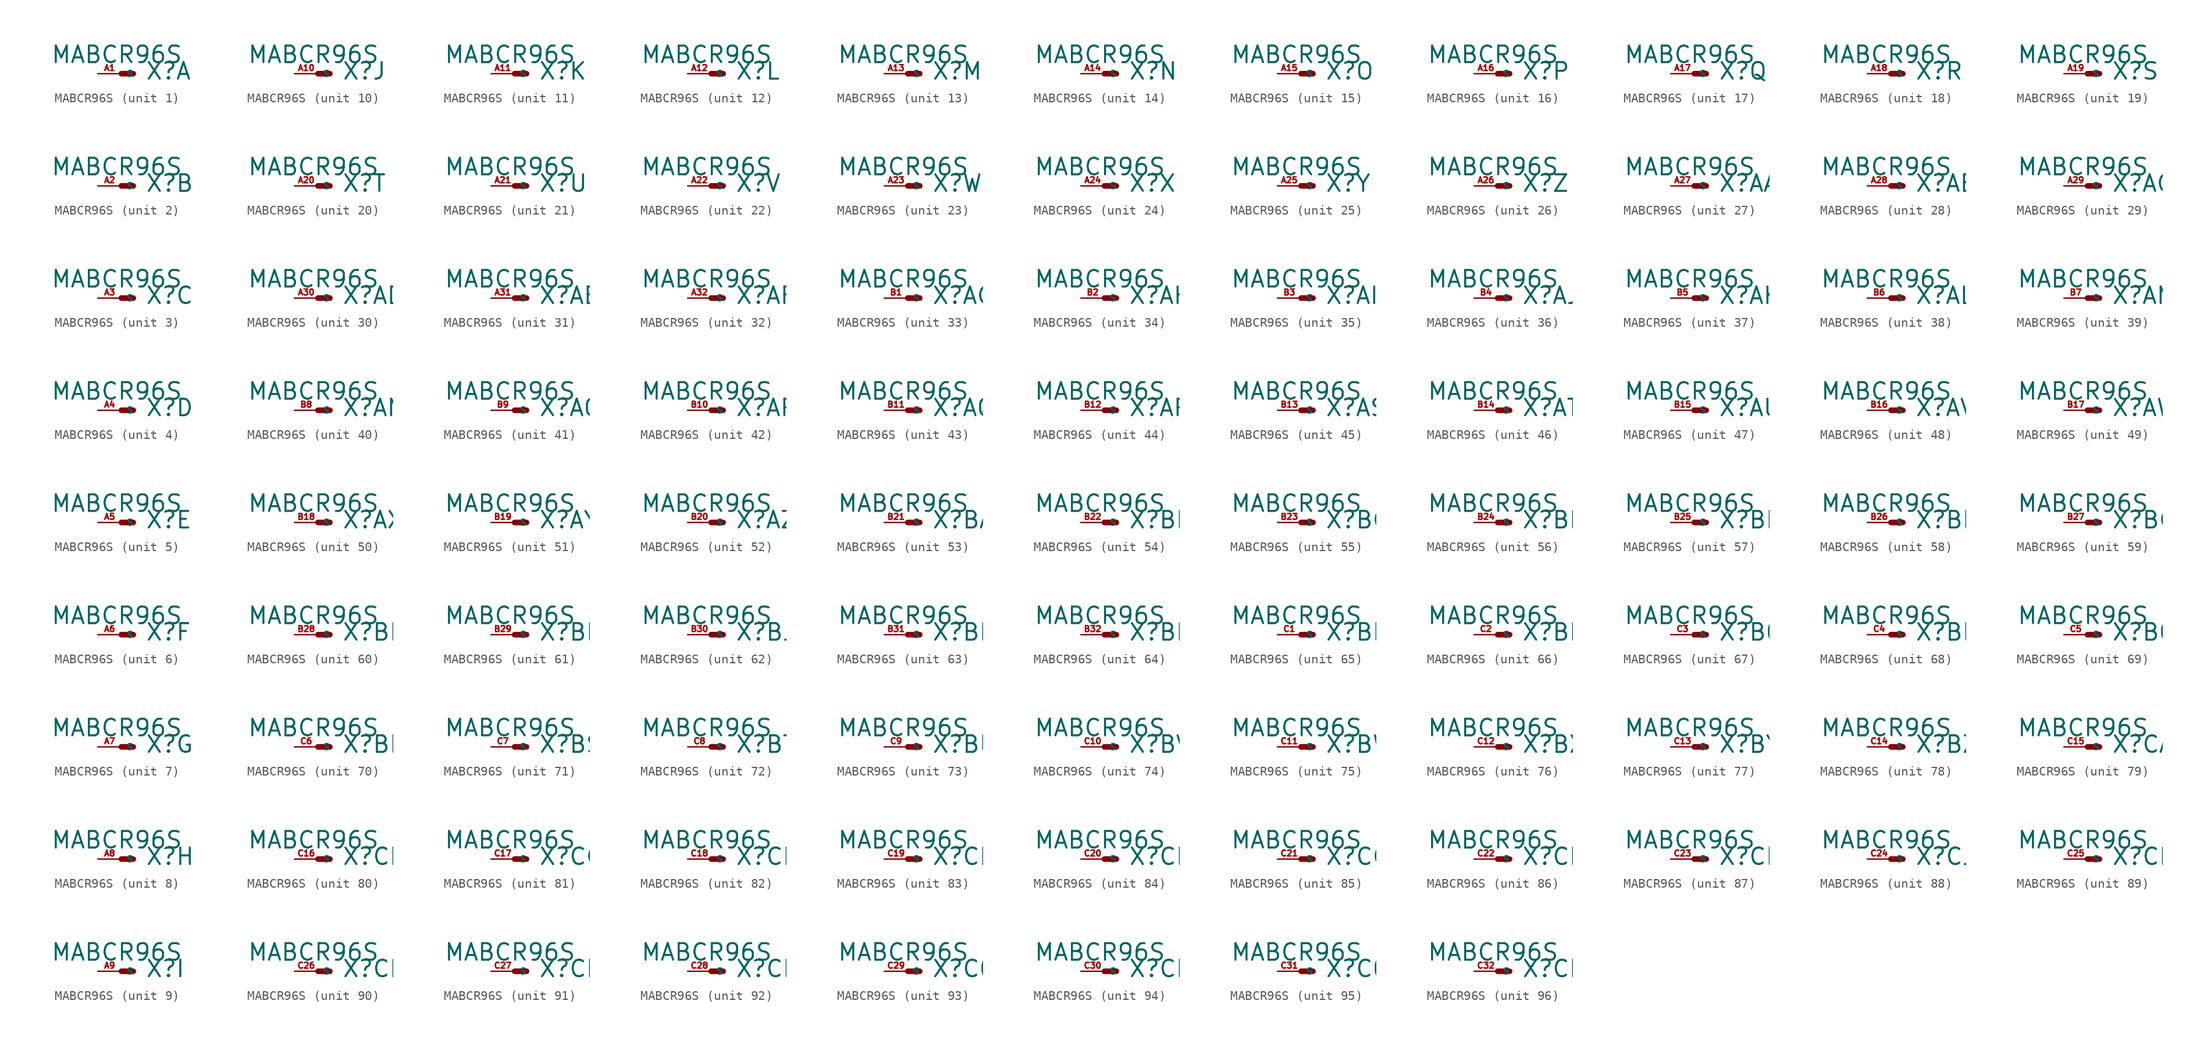
<source format=kicad_sym>
(kicad_symbol_lib
  (version 20220914)
  (generator Eagle2Kicad)
  (symbol "MABCR96S"
    (property "Reference" "X"
      (at 2.54 -0.762 0)
      (effects (font (size 1.778 1.778) (thickness 0.22)) (justify left bottom)))
    (property "Value" "MABCR96S"
      (at -7.62 1.016 0)
      (effects (font (size 1.778 1.778) (thickness 0.22)) (justify left bottom)))
    (symbol "MABCR96S_1_0"
      (polyline (pts (xy 0 0) (xy 1.27 0)) (stroke (width 0.61) (type default)) (fill (type none)))
      (pin passive line (at -2.54 0 0) (length 2.54) (name "S" (effects (font (size 0.635 0.635) (thickness 0.08)) (justify left bottom))) (number "A1" (effects (font (size 0.635 0.635) (thickness 0.08)) (justify left bottom)))))
    (symbol "MABCR96S_2_0"
      (polyline (pts (xy 0 0) (xy 1.27 0)) (stroke (width 0.61) (type default)) (fill (type none)))
      (pin passive line (at -2.54 0 0) (length 2.54) (name "S" (effects (font (size 0.635 0.635) (thickness 0.08)) (justify left bottom))) (number "A2" (effects (font (size 0.635 0.635) (thickness 0.08)) (justify left bottom)))))
    (symbol "MABCR96S_3_0"
      (polyline (pts (xy 0 0) (xy 1.27 0)) (stroke (width 0.61) (type default)) (fill (type none)))
      (pin passive line (at -2.54 0 0) (length 2.54) (name "S" (effects (font (size 0.635 0.635) (thickness 0.08)) (justify left bottom))) (number "A3" (effects (font (size 0.635 0.635) (thickness 0.08)) (justify left bottom)))))
    (symbol "MABCR96S_4_0"
      (polyline (pts (xy 0 0) (xy 1.27 0)) (stroke (width 0.61) (type default)) (fill (type none)))
      (pin passive line (at -2.54 0 0) (length 2.54) (name "S" (effects (font (size 0.635 0.635) (thickness 0.08)) (justify left bottom))) (number "A4" (effects (font (size 0.635 0.635) (thickness 0.08)) (justify left bottom)))))
    (symbol "MABCR96S_5_0"
      (polyline (pts (xy 0 0) (xy 1.27 0)) (stroke (width 0.61) (type default)) (fill (type none)))
      (pin passive line (at -2.54 0 0) (length 2.54) (name "S" (effects (font (size 0.635 0.635) (thickness 0.08)) (justify left bottom))) (number "A5" (effects (font (size 0.635 0.635) (thickness 0.08)) (justify left bottom)))))
    (symbol "MABCR96S_6_0"
      (polyline (pts (xy 0 0) (xy 1.27 0)) (stroke (width 0.61) (type default)) (fill (type none)))
      (pin passive line (at -2.54 0 0) (length 2.54) (name "S" (effects (font (size 0.635 0.635) (thickness 0.08)) (justify left bottom))) (number "A6" (effects (font (size 0.635 0.635) (thickness 0.08)) (justify left bottom)))))
    (symbol "MABCR96S_7_0"
      (polyline (pts (xy 0 0) (xy 1.27 0)) (stroke (width 0.61) (type default)) (fill (type none)))
      (pin passive line (at -2.54 0 0) (length 2.54) (name "S" (effects (font (size 0.635 0.635) (thickness 0.08)) (justify left bottom))) (number "A7" (effects (font (size 0.635 0.635) (thickness 0.08)) (justify left bottom)))))
    (symbol "MABCR96S_8_0"
      (polyline (pts (xy 0 0) (xy 1.27 0)) (stroke (width 0.61) (type default)) (fill (type none)))
      (pin passive line (at -2.54 0 0) (length 2.54) (name "S" (effects (font (size 0.635 0.635) (thickness 0.08)) (justify left bottom))) (number "A8" (effects (font (size 0.635 0.635) (thickness 0.08)) (justify left bottom)))))
    (symbol "MABCR96S_9_0"
      (polyline (pts (xy 0 0) (xy 1.27 0)) (stroke (width 0.61) (type default)) (fill (type none)))
      (pin passive line (at -2.54 0 0) (length 2.54) (name "S" (effects (font (size 0.635 0.635) (thickness 0.08)) (justify left bottom))) (number "A9" (effects (font (size 0.635 0.635) (thickness 0.08)) (justify left bottom)))))
    (symbol "MABCR96S_10_0"
      (polyline (pts (xy 0 0) (xy 1.27 0)) (stroke (width 0.61) (type default)) (fill (type none)))
      (pin passive line (at -2.54 0 0) (length 2.54) (name "S" (effects (font (size 0.635 0.635) (thickness 0.08)) (justify left bottom))) (number "A10" (effects (font (size 0.635 0.635) (thickness 0.08)) (justify left bottom)))))
    (symbol "MABCR96S_11_0"
      (polyline (pts (xy 0 0) (xy 1.27 0)) (stroke (width 0.61) (type default)) (fill (type none)))
      (pin passive line (at -2.54 0 0) (length 2.54) (name "S" (effects (font (size 0.635 0.635) (thickness 0.08)) (justify left bottom))) (number "A11" (effects (font (size 0.635 0.635) (thickness 0.08)) (justify left bottom)))))
    (symbol "MABCR96S_12_0"
      (polyline (pts (xy 0 0) (xy 1.27 0)) (stroke (width 0.61) (type default)) (fill (type none)))
      (pin passive line (at -2.54 0 0) (length 2.54) (name "S" (effects (font (size 0.635 0.635) (thickness 0.08)) (justify left bottom))) (number "A12" (effects (font (size 0.635 0.635) (thickness 0.08)) (justify left bottom)))))
    (symbol "MABCR96S_13_0"
      (polyline (pts (xy 0 0) (xy 1.27 0)) (stroke (width 0.61) (type default)) (fill (type none)))
      (pin passive line (at -2.54 0 0) (length 2.54) (name "S" (effects (font (size 0.635 0.635) (thickness 0.08)) (justify left bottom))) (number "A13" (effects (font (size 0.635 0.635) (thickness 0.08)) (justify left bottom)))))
    (symbol "MABCR96S_14_0"
      (polyline (pts (xy 0 0) (xy 1.27 0)) (stroke (width 0.61) (type default)) (fill (type none)))
      (pin passive line (at -2.54 0 0) (length 2.54) (name "S" (effects (font (size 0.635 0.635) (thickness 0.08)) (justify left bottom))) (number "A14" (effects (font (size 0.635 0.635) (thickness 0.08)) (justify left bottom)))))
    (symbol "MABCR96S_15_0"
      (polyline (pts (xy 0 0) (xy 1.27 0)) (stroke (width 0.61) (type default)) (fill (type none)))
      (pin passive line (at -2.54 0 0) (length 2.54) (name "S" (effects (font (size 0.635 0.635) (thickness 0.08)) (justify left bottom))) (number "A15" (effects (font (size 0.635 0.635) (thickness 0.08)) (justify left bottom)))))
    (symbol "MABCR96S_16_0"
      (polyline (pts (xy 0 0) (xy 1.27 0)) (stroke (width 0.61) (type default)) (fill (type none)))
      (pin passive line (at -2.54 0 0) (length 2.54) (name "S" (effects (font (size 0.635 0.635) (thickness 0.08)) (justify left bottom))) (number "A16" (effects (font (size 0.635 0.635) (thickness 0.08)) (justify left bottom)))))
    (symbol "MABCR96S_17_0"
      (polyline (pts (xy 0 0) (xy 1.27 0)) (stroke (width 0.61) (type default)) (fill (type none)))
      (pin passive line (at -2.54 0 0) (length 2.54) (name "S" (effects (font (size 0.635 0.635) (thickness 0.08)) (justify left bottom))) (number "A17" (effects (font (size 0.635 0.635) (thickness 0.08)) (justify left bottom)))))
    (symbol "MABCR96S_18_0"
      (polyline (pts (xy 0 0) (xy 1.27 0)) (stroke (width 0.61) (type default)) (fill (type none)))
      (pin passive line (at -2.54 0 0) (length 2.54) (name "S" (effects (font (size 0.635 0.635) (thickness 0.08)) (justify left bottom))) (number "A18" (effects (font (size 0.635 0.635) (thickness 0.08)) (justify left bottom)))))
    (symbol "MABCR96S_19_0"
      (polyline (pts (xy 0 0) (xy 1.27 0)) (stroke (width 0.61) (type default)) (fill (type none)))
      (pin passive line (at -2.54 0 0) (length 2.54) (name "S" (effects (font (size 0.635 0.635) (thickness 0.08)) (justify left bottom))) (number "A19" (effects (font (size 0.635 0.635) (thickness 0.08)) (justify left bottom)))))
    (symbol "MABCR96S_20_0"
      (polyline (pts (xy 0 0) (xy 1.27 0)) (stroke (width 0.61) (type default)) (fill (type none)))
      (pin passive line (at -2.54 0 0) (length 2.54) (name "S" (effects (font (size 0.635 0.635) (thickness 0.08)) (justify left bottom))) (number "A20" (effects (font (size 0.635 0.635) (thickness 0.08)) (justify left bottom)))))
    (symbol "MABCR96S_21_0"
      (polyline (pts (xy 0 0) (xy 1.27 0)) (stroke (width 0.61) (type default)) (fill (type none)))
      (pin passive line (at -2.54 0 0) (length 2.54) (name "S" (effects (font (size 0.635 0.635) (thickness 0.08)) (justify left bottom))) (number "A21" (effects (font (size 0.635 0.635) (thickness 0.08)) (justify left bottom)))))
    (symbol "MABCR96S_22_0"
      (polyline (pts (xy 0 0) (xy 1.27 0)) (stroke (width 0.61) (type default)) (fill (type none)))
      (pin passive line (at -2.54 0 0) (length 2.54) (name "S" (effects (font (size 0.635 0.635) (thickness 0.08)) (justify left bottom))) (number "A22" (effects (font (size 0.635 0.635) (thickness 0.08)) (justify left bottom)))))
    (symbol "MABCR96S_23_0"
      (polyline (pts (xy 0 0) (xy 1.27 0)) (stroke (width 0.61) (type default)) (fill (type none)))
      (pin passive line (at -2.54 0 0) (length 2.54) (name "S" (effects (font (size 0.635 0.635) (thickness 0.08)) (justify left bottom))) (number "A23" (effects (font (size 0.635 0.635) (thickness 0.08)) (justify left bottom)))))
    (symbol "MABCR96S_24_0"
      (polyline (pts (xy 0 0) (xy 1.27 0)) (stroke (width 0.61) (type default)) (fill (type none)))
      (pin passive line (at -2.54 0 0) (length 2.54) (name "S" (effects (font (size 0.635 0.635) (thickness 0.08)) (justify left bottom))) (number "A24" (effects (font (size 0.635 0.635) (thickness 0.08)) (justify left bottom)))))
    (symbol "MABCR96S_25_0"
      (polyline (pts (xy 0 0) (xy 1.27 0)) (stroke (width 0.61) (type default)) (fill (type none)))
      (pin passive line (at -2.54 0 0) (length 2.54) (name "S" (effects (font (size 0.635 0.635) (thickness 0.08)) (justify left bottom))) (number "A25" (effects (font (size 0.635 0.635) (thickness 0.08)) (justify left bottom)))))
    (symbol "MABCR96S_26_0"
      (polyline (pts (xy 0 0) (xy 1.27 0)) (stroke (width 0.61) (type default)) (fill (type none)))
      (pin passive line (at -2.54 0 0) (length 2.54) (name "S" (effects (font (size 0.635 0.635) (thickness 0.08)) (justify left bottom))) (number "A26" (effects (font (size 0.635 0.635) (thickness 0.08)) (justify left bottom)))))
    (symbol "MABCR96S_27_0"
      (polyline (pts (xy 0 0) (xy 1.27 0)) (stroke (width 0.61) (type default)) (fill (type none)))
      (pin passive line (at -2.54 0 0) (length 2.54) (name "S" (effects (font (size 0.635 0.635) (thickness 0.08)) (justify left bottom))) (number "A27" (effects (font (size 0.635 0.635) (thickness 0.08)) (justify left bottom)))))
    (symbol "MABCR96S_28_0"
      (polyline (pts (xy 0 0) (xy 1.27 0)) (stroke (width 0.61) (type default)) (fill (type none)))
      (pin passive line (at -2.54 0 0) (length 2.54) (name "S" (effects (font (size 0.635 0.635) (thickness 0.08)) (justify left bottom))) (number "A28" (effects (font (size 0.635 0.635) (thickness 0.08)) (justify left bottom)))))
    (symbol "MABCR96S_29_0"
      (polyline (pts (xy 0 0) (xy 1.27 0)) (stroke (width 0.61) (type default)) (fill (type none)))
      (pin passive line (at -2.54 0 0) (length 2.54) (name "S" (effects (font (size 0.635 0.635) (thickness 0.08)) (justify left bottom))) (number "A29" (effects (font (size 0.635 0.635) (thickness 0.08)) (justify left bottom)))))
    (symbol "MABCR96S_30_0"
      (polyline (pts (xy 0 0) (xy 1.27 0)) (stroke (width 0.61) (type default)) (fill (type none)))
      (pin passive line (at -2.54 0 0) (length 2.54) (name "S" (effects (font (size 0.635 0.635) (thickness 0.08)) (justify left bottom))) (number "A30" (effects (font (size 0.635 0.635) (thickness 0.08)) (justify left bottom)))))
    (symbol "MABCR96S_31_0"
      (polyline (pts (xy 0 0) (xy 1.27 0)) (stroke (width 0.61) (type default)) (fill (type none)))
      (pin passive line (at -2.54 0 0) (length 2.54) (name "S" (effects (font (size 0.635 0.635) (thickness 0.08)) (justify left bottom))) (number "A31" (effects (font (size 0.635 0.635) (thickness 0.08)) (justify left bottom)))))
    (symbol "MABCR96S_32_0"
      (polyline (pts (xy 0 0) (xy 1.27 0)) (stroke (width 0.61) (type default)) (fill (type none)))
      (pin passive line (at -2.54 0 0) (length 2.54) (name "S" (effects (font (size 0.635 0.635) (thickness 0.08)) (justify left bottom))) (number "A32" (effects (font (size 0.635 0.635) (thickness 0.08)) (justify left bottom)))))
    (symbol "MABCR96S_33_0"
      (polyline (pts (xy 0 0) (xy 1.27 0)) (stroke (width 0.61) (type default)) (fill (type none)))
      (pin passive line (at -2.54 0 0) (length 2.54) (name "S" (effects (font (size 0.635 0.635) (thickness 0.08)) (justify left bottom))) (number "B1" (effects (font (size 0.635 0.635) (thickness 0.08)) (justify left bottom)))))
    (symbol "MABCR96S_34_0"
      (polyline (pts (xy 0 0) (xy 1.27 0)) (stroke (width 0.61) (type default)) (fill (type none)))
      (pin passive line (at -2.54 0 0) (length 2.54) (name "S" (effects (font (size 0.635 0.635) (thickness 0.08)) (justify left bottom))) (number "B2" (effects (font (size 0.635 0.635) (thickness 0.08)) (justify left bottom)))))
    (symbol "MABCR96S_35_0"
      (polyline (pts (xy 0 0) (xy 1.27 0)) (stroke (width 0.61) (type default)) (fill (type none)))
      (pin passive line (at -2.54 0 0) (length 2.54) (name "S" (effects (font (size 0.635 0.635) (thickness 0.08)) (justify left bottom))) (number "B3" (effects (font (size 0.635 0.635) (thickness 0.08)) (justify left bottom)))))
    (symbol "MABCR96S_36_0"
      (polyline (pts (xy 0 0) (xy 1.27 0)) (stroke (width 0.61) (type default)) (fill (type none)))
      (pin passive line (at -2.54 0 0) (length 2.54) (name "S" (effects (font (size 0.635 0.635) (thickness 0.08)) (justify left bottom))) (number "B4" (effects (font (size 0.635 0.635) (thickness 0.08)) (justify left bottom)))))
    (symbol "MABCR96S_37_0"
      (polyline (pts (xy 0 0) (xy 1.27 0)) (stroke (width 0.61) (type default)) (fill (type none)))
      (pin passive line (at -2.54 0 0) (length 2.54) (name "S" (effects (font (size 0.635 0.635) (thickness 0.08)) (justify left bottom))) (number "B5" (effects (font (size 0.635 0.635) (thickness 0.08)) (justify left bottom)))))
    (symbol "MABCR96S_38_0"
      (polyline (pts (xy 0 0) (xy 1.27 0)) (stroke (width 0.61) (type default)) (fill (type none)))
      (pin passive line (at -2.54 0 0) (length 2.54) (name "S" (effects (font (size 0.635 0.635) (thickness 0.08)) (justify left bottom))) (number "B6" (effects (font (size 0.635 0.635) (thickness 0.08)) (justify left bottom)))))
    (symbol "MABCR96S_39_0"
      (polyline (pts (xy 0 0) (xy 1.27 0)) (stroke (width 0.61) (type default)) (fill (type none)))
      (pin passive line (at -2.54 0 0) (length 2.54) (name "S" (effects (font (size 0.635 0.635) (thickness 0.08)) (justify left bottom))) (number "B7" (effects (font (size 0.635 0.635) (thickness 0.08)) (justify left bottom)))))
    (symbol "MABCR96S_40_0"
      (polyline (pts (xy 0 0) (xy 1.27 0)) (stroke (width 0.61) (type default)) (fill (type none)))
      (pin passive line (at -2.54 0 0) (length 2.54) (name "S" (effects (font (size 0.635 0.635) (thickness 0.08)) (justify left bottom))) (number "B8" (effects (font (size 0.635 0.635) (thickness 0.08)) (justify left bottom)))))
    (symbol "MABCR96S_41_0"
      (polyline (pts (xy 0 0) (xy 1.27 0)) (stroke (width 0.61) (type default)) (fill (type none)))
      (pin passive line (at -2.54 0 0) (length 2.54) (name "S" (effects (font (size 0.635 0.635) (thickness 0.08)) (justify left bottom))) (number "B9" (effects (font (size 0.635 0.635) (thickness 0.08)) (justify left bottom)))))
    (symbol "MABCR96S_42_0"
      (polyline (pts (xy 0 0) (xy 1.27 0)) (stroke (width 0.61) (type default)) (fill (type none)))
      (pin passive line (at -2.54 0 0) (length 2.54) (name "S" (effects (font (size 0.635 0.635) (thickness 0.08)) (justify left bottom))) (number "B10" (effects (font (size 0.635 0.635) (thickness 0.08)) (justify left bottom)))))
    (symbol "MABCR96S_43_0"
      (polyline (pts (xy 0 0) (xy 1.27 0)) (stroke (width 0.61) (type default)) (fill (type none)))
      (pin passive line (at -2.54 0 0) (length 2.54) (name "S" (effects (font (size 0.635 0.635) (thickness 0.08)) (justify left bottom))) (number "B11" (effects (font (size 0.635 0.635) (thickness 0.08)) (justify left bottom)))))
    (symbol "MABCR96S_44_0"
      (polyline (pts (xy 0 0) (xy 1.27 0)) (stroke (width 0.61) (type default)) (fill (type none)))
      (pin passive line (at -2.54 0 0) (length 2.54) (name "S" (effects (font (size 0.635 0.635) (thickness 0.08)) (justify left bottom))) (number "B12" (effects (font (size 0.635 0.635) (thickness 0.08)) (justify left bottom)))))
    (symbol "MABCR96S_45_0"
      (polyline (pts (xy 0 0) (xy 1.27 0)) (stroke (width 0.61) (type default)) (fill (type none)))
      (pin passive line (at -2.54 0 0) (length 2.54) (name "S" (effects (font (size 0.635 0.635) (thickness 0.08)) (justify left bottom))) (number "B13" (effects (font (size 0.635 0.635) (thickness 0.08)) (justify left bottom)))))
    (symbol "MABCR96S_46_0"
      (polyline (pts (xy 0 0) (xy 1.27 0)) (stroke (width 0.61) (type default)) (fill (type none)))
      (pin passive line (at -2.54 0 0) (length 2.54) (name "S" (effects (font (size 0.635 0.635) (thickness 0.08)) (justify left bottom))) (number "B14" (effects (font (size 0.635 0.635) (thickness 0.08)) (justify left bottom)))))
    (symbol "MABCR96S_47_0"
      (polyline (pts (xy 0 0) (xy 1.27 0)) (stroke (width 0.61) (type default)) (fill (type none)))
      (pin passive line (at -2.54 0 0) (length 2.54) (name "S" (effects (font (size 0.635 0.635) (thickness 0.08)) (justify left bottom))) (number "B15" (effects (font (size 0.635 0.635) (thickness 0.08)) (justify left bottom)))))
    (symbol "MABCR96S_48_0"
      (polyline (pts (xy 0 0) (xy 1.27 0)) (stroke (width 0.61) (type default)) (fill (type none)))
      (pin passive line (at -2.54 0 0) (length 2.54) (name "S" (effects (font (size 0.635 0.635) (thickness 0.08)) (justify left bottom))) (number "B16" (effects (font (size 0.635 0.635) (thickness 0.08)) (justify left bottom)))))
    (symbol "MABCR96S_49_0"
      (polyline (pts (xy 0 0) (xy 1.27 0)) (stroke (width 0.61) (type default)) (fill (type none)))
      (pin passive line (at -2.54 0 0) (length 2.54) (name "S" (effects (font (size 0.635 0.635) (thickness 0.08)) (justify left bottom))) (number "B17" (effects (font (size 0.635 0.635) (thickness 0.08)) (justify left bottom)))))
    (symbol "MABCR96S_50_0"
      (polyline (pts (xy 0 0) (xy 1.27 0)) (stroke (width 0.61) (type default)) (fill (type none)))
      (pin passive line (at -2.54 0 0) (length 2.54) (name "S" (effects (font (size 0.635 0.635) (thickness 0.08)) (justify left bottom))) (number "B18" (effects (font (size 0.635 0.635) (thickness 0.08)) (justify left bottom)))))
    (symbol "MABCR96S_51_0"
      (polyline (pts (xy 0 0) (xy 1.27 0)) (stroke (width 0.61) (type default)) (fill (type none)))
      (pin passive line (at -2.54 0 0) (length 2.54) (name "S" (effects (font (size 0.635 0.635) (thickness 0.08)) (justify left bottom))) (number "B19" (effects (font (size 0.635 0.635) (thickness 0.08)) (justify left bottom)))))
    (symbol "MABCR96S_52_0"
      (polyline (pts (xy 0 0) (xy 1.27 0)) (stroke (width 0.61) (type default)) (fill (type none)))
      (pin passive line (at -2.54 0 0) (length 2.54) (name "S" (effects (font (size 0.635 0.635) (thickness 0.08)) (justify left bottom))) (number "B20" (effects (font (size 0.635 0.635) (thickness 0.08)) (justify left bottom)))))
    (symbol "MABCR96S_53_0"
      (polyline (pts (xy 0 0) (xy 1.27 0)) (stroke (width 0.61) (type default)) (fill (type none)))
      (pin passive line (at -2.54 0 0) (length 2.54) (name "S" (effects (font (size 0.635 0.635) (thickness 0.08)) (justify left bottom))) (number "B21" (effects (font (size 0.635 0.635) (thickness 0.08)) (justify left bottom)))))
    (symbol "MABCR96S_54_0"
      (polyline (pts (xy 0 0) (xy 1.27 0)) (stroke (width 0.61) (type default)) (fill (type none)))
      (pin passive line (at -2.54 0 0) (length 2.54) (name "S" (effects (font (size 0.635 0.635) (thickness 0.08)) (justify left bottom))) (number "B22" (effects (font (size 0.635 0.635) (thickness 0.08)) (justify left bottom)))))
    (symbol "MABCR96S_55_0"
      (polyline (pts (xy 0 0) (xy 1.27 0)) (stroke (width 0.61) (type default)) (fill (type none)))
      (pin passive line (at -2.54 0 0) (length 2.54) (name "S" (effects (font (size 0.635 0.635) (thickness 0.08)) (justify left bottom))) (number "B23" (effects (font (size 0.635 0.635) (thickness 0.08)) (justify left bottom)))))
    (symbol "MABCR96S_56_0"
      (polyline (pts (xy 0 0) (xy 1.27 0)) (stroke (width 0.61) (type default)) (fill (type none)))
      (pin passive line (at -2.54 0 0) (length 2.54) (name "S" (effects (font (size 0.635 0.635) (thickness 0.08)) (justify left bottom))) (number "B24" (effects (font (size 0.635 0.635) (thickness 0.08)) (justify left bottom)))))
    (symbol "MABCR96S_57_0"
      (polyline (pts (xy 0 0) (xy 1.27 0)) (stroke (width 0.61) (type default)) (fill (type none)))
      (pin passive line (at -2.54 0 0) (length 2.54) (name "S" (effects (font (size 0.635 0.635) (thickness 0.08)) (justify left bottom))) (number "B25" (effects (font (size 0.635 0.635) (thickness 0.08)) (justify left bottom)))))
    (symbol "MABCR96S_58_0"
      (polyline (pts (xy 0 0) (xy 1.27 0)) (stroke (width 0.61) (type default)) (fill (type none)))
      (pin passive line (at -2.54 0 0) (length 2.54) (name "S" (effects (font (size 0.635 0.635) (thickness 0.08)) (justify left bottom))) (number "B26" (effects (font (size 0.635 0.635) (thickness 0.08)) (justify left bottom)))))
    (symbol "MABCR96S_59_0"
      (polyline (pts (xy 0 0) (xy 1.27 0)) (stroke (width 0.61) (type default)) (fill (type none)))
      (pin passive line (at -2.54 0 0) (length 2.54) (name "S" (effects (font (size 0.635 0.635) (thickness 0.08)) (justify left bottom))) (number "B27" (effects (font (size 0.635 0.635) (thickness 0.08)) (justify left bottom)))))
    (symbol "MABCR96S_60_0"
      (polyline (pts (xy 0 0) (xy 1.27 0)) (stroke (width 0.61) (type default)) (fill (type none)))
      (pin passive line (at -2.54 0 0) (length 2.54) (name "S" (effects (font (size 0.635 0.635) (thickness 0.08)) (justify left bottom))) (number "B28" (effects (font (size 0.635 0.635) (thickness 0.08)) (justify left bottom)))))
    (symbol "MABCR96S_61_0"
      (polyline (pts (xy 0 0) (xy 1.27 0)) (stroke (width 0.61) (type default)) (fill (type none)))
      (pin passive line (at -2.54 0 0) (length 2.54) (name "S" (effects (font (size 0.635 0.635) (thickness 0.08)) (justify left bottom))) (number "B29" (effects (font (size 0.635 0.635) (thickness 0.08)) (justify left bottom)))))
    (symbol "MABCR96S_62_0"
      (polyline (pts (xy 0 0) (xy 1.27 0)) (stroke (width 0.61) (type default)) (fill (type none)))
      (pin passive line (at -2.54 0 0) (length 2.54) (name "S" (effects (font (size 0.635 0.635) (thickness 0.08)) (justify left bottom))) (number "B30" (effects (font (size 0.635 0.635) (thickness 0.08)) (justify left bottom)))))
    (symbol "MABCR96S_63_0"
      (polyline (pts (xy 0 0) (xy 1.27 0)) (stroke (width 0.61) (type default)) (fill (type none)))
      (pin passive line (at -2.54 0 0) (length 2.54) (name "S" (effects (font (size 0.635 0.635) (thickness 0.08)) (justify left bottom))) (number "B31" (effects (font (size 0.635 0.635) (thickness 0.08)) (justify left bottom)))))
    (symbol "MABCR96S_64_0"
      (polyline (pts (xy 0 0) (xy 1.27 0)) (stroke (width 0.61) (type default)) (fill (type none)))
      (pin passive line (at -2.54 0 0) (length 2.54) (name "S" (effects (font (size 0.635 0.635) (thickness 0.08)) (justify left bottom))) (number "B32" (effects (font (size 0.635 0.635) (thickness 0.08)) (justify left bottom)))))
    (symbol "MABCR96S_65_0"
      (polyline (pts (xy 0 0) (xy 1.27 0)) (stroke (width 0.61) (type default)) (fill (type none)))
      (pin passive line (at -2.54 0 0) (length 2.54) (name "S" (effects (font (size 0.635 0.635) (thickness 0.08)) (justify left bottom))) (number "C1" (effects (font (size 0.635 0.635) (thickness 0.08)) (justify left bottom)))))
    (symbol "MABCR96S_66_0"
      (polyline (pts (xy 0 0) (xy 1.27 0)) (stroke (width 0.61) (type default)) (fill (type none)))
      (pin passive line (at -2.54 0 0) (length 2.54) (name "S" (effects (font (size 0.635 0.635) (thickness 0.08)) (justify left bottom))) (number "C2" (effects (font (size 0.635 0.635) (thickness 0.08)) (justify left bottom)))))
    (symbol "MABCR96S_67_0"
      (polyline (pts (xy 0 0) (xy 1.27 0)) (stroke (width 0.61) (type default)) (fill (type none)))
      (pin passive line (at -2.54 0 0) (length 2.54) (name "S" (effects (font (size 0.635 0.635) (thickness 0.08)) (justify left bottom))) (number "C3" (effects (font (size 0.635 0.635) (thickness 0.08)) (justify left bottom)))))
    (symbol "MABCR96S_68_0"
      (polyline (pts (xy 0 0) (xy 1.27 0)) (stroke (width 0.61) (type default)) (fill (type none)))
      (pin passive line (at -2.54 0 0) (length 2.54) (name "S" (effects (font (size 0.635 0.635) (thickness 0.08)) (justify left bottom))) (number "C4" (effects (font (size 0.635 0.635) (thickness 0.08)) (justify left bottom)))))
    (symbol "MABCR96S_69_0"
      (polyline (pts (xy 0 0) (xy 1.27 0)) (stroke (width 0.61) (type default)) (fill (type none)))
      (pin passive line (at -2.54 0 0) (length 2.54) (name "S" (effects (font (size 0.635 0.635) (thickness 0.08)) (justify left bottom))) (number "C5" (effects (font (size 0.635 0.635) (thickness 0.08)) (justify left bottom)))))
    (symbol "MABCR96S_70_0"
      (polyline (pts (xy 0 0) (xy 1.27 0)) (stroke (width 0.61) (type default)) (fill (type none)))
      (pin passive line (at -2.54 0 0) (length 2.54) (name "S" (effects (font (size 0.635 0.635) (thickness 0.08)) (justify left bottom))) (number "C6" (effects (font (size 0.635 0.635) (thickness 0.08)) (justify left bottom)))))
    (symbol "MABCR96S_71_0"
      (polyline (pts (xy 0 0) (xy 1.27 0)) (stroke (width 0.61) (type default)) (fill (type none)))
      (pin passive line (at -2.54 0 0) (length 2.54) (name "S" (effects (font (size 0.635 0.635) (thickness 0.08)) (justify left bottom))) (number "C7" (effects (font (size 0.635 0.635) (thickness 0.08)) (justify left bottom)))))
    (symbol "MABCR96S_72_0"
      (polyline (pts (xy 0 0) (xy 1.27 0)) (stroke (width 0.61) (type default)) (fill (type none)))
      (pin passive line (at -2.54 0 0) (length 2.54) (name "S" (effects (font (size 0.635 0.635) (thickness 0.08)) (justify left bottom))) (number "C8" (effects (font (size 0.635 0.635) (thickness 0.08)) (justify left bottom)))))
    (symbol "MABCR96S_73_0"
      (polyline (pts (xy 0 0) (xy 1.27 0)) (stroke (width 0.61) (type default)) (fill (type none)))
      (pin passive line (at -2.54 0 0) (length 2.54) (name "S" (effects (font (size 0.635 0.635) (thickness 0.08)) (justify left bottom))) (number "C9" (effects (font (size 0.635 0.635) (thickness 0.08)) (justify left bottom)))))
    (symbol "MABCR96S_74_0"
      (polyline (pts (xy 0 0) (xy 1.27 0)) (stroke (width 0.61) (type default)) (fill (type none)))
      (pin passive line (at -2.54 0 0) (length 2.54) (name "S" (effects (font (size 0.635 0.635) (thickness 0.08)) (justify left bottom))) (number "C10" (effects (font (size 0.635 0.635) (thickness 0.08)) (justify left bottom)))))
    (symbol "MABCR96S_75_0"
      (polyline (pts (xy 0 0) (xy 1.27 0)) (stroke (width 0.61) (type default)) (fill (type none)))
      (pin passive line (at -2.54 0 0) (length 2.54) (name "S" (effects (font (size 0.635 0.635) (thickness 0.08)) (justify left bottom))) (number "C11" (effects (font (size 0.635 0.635) (thickness 0.08)) (justify left bottom)))))
    (symbol "MABCR96S_76_0"
      (polyline (pts (xy 0 0) (xy 1.27 0)) (stroke (width 0.61) (type default)) (fill (type none)))
      (pin passive line (at -2.54 0 0) (length 2.54) (name "S" (effects (font (size 0.635 0.635) (thickness 0.08)) (justify left bottom))) (number "C12" (effects (font (size 0.635 0.635) (thickness 0.08)) (justify left bottom)))))
    (symbol "MABCR96S_77_0"
      (polyline (pts (xy 0 0) (xy 1.27 0)) (stroke (width 0.61) (type default)) (fill (type none)))
      (pin passive line (at -2.54 0 0) (length 2.54) (name "S" (effects (font (size 0.635 0.635) (thickness 0.08)) (justify left bottom))) (number "C13" (effects (font (size 0.635 0.635) (thickness 0.08)) (justify left bottom)))))
    (symbol "MABCR96S_78_0"
      (polyline (pts (xy 0 0) (xy 1.27 0)) (stroke (width 0.61) (type default)) (fill (type none)))
      (pin passive line (at -2.54 0 0) (length 2.54) (name "S" (effects (font (size 0.635 0.635) (thickness 0.08)) (justify left bottom))) (number "C14" (effects (font (size 0.635 0.635) (thickness 0.08)) (justify left bottom)))))
    (symbol "MABCR96S_79_0"
      (polyline (pts (xy 0 0) (xy 1.27 0)) (stroke (width 0.61) (type default)) (fill (type none)))
      (pin passive line (at -2.54 0 0) (length 2.54) (name "S" (effects (font (size 0.635 0.635) (thickness 0.08)) (justify left bottom))) (number "C15" (effects (font (size 0.635 0.635) (thickness 0.08)) (justify left bottom)))))
    (symbol "MABCR96S_80_0"
      (polyline (pts (xy 0 0) (xy 1.27 0)) (stroke (width 0.61) (type default)) (fill (type none)))
      (pin passive line (at -2.54 0 0) (length 2.54) (name "S" (effects (font (size 0.635 0.635) (thickness 0.08)) (justify left bottom))) (number "C16" (effects (font (size 0.635 0.635) (thickness 0.08)) (justify left bottom)))))
    (symbol "MABCR96S_81_0"
      (polyline (pts (xy 0 0) (xy 1.27 0)) (stroke (width 0.61) (type default)) (fill (type none)))
      (pin passive line (at -2.54 0 0) (length 2.54) (name "S" (effects (font (size 0.635 0.635) (thickness 0.08)) (justify left bottom))) (number "C17" (effects (font (size 0.635 0.635) (thickness 0.08)) (justify left bottom)))))
    (symbol "MABCR96S_82_0"
      (polyline (pts (xy 0 0) (xy 1.27 0)) (stroke (width 0.61) (type default)) (fill (type none)))
      (pin passive line (at -2.54 0 0) (length 2.54) (name "S" (effects (font (size 0.635 0.635) (thickness 0.08)) (justify left bottom))) (number "C18" (effects (font (size 0.635 0.635) (thickness 0.08)) (justify left bottom)))))
    (symbol "MABCR96S_83_0"
      (polyline (pts (xy 0 0) (xy 1.27 0)) (stroke (width 0.61) (type default)) (fill (type none)))
      (pin passive line (at -2.54 0 0) (length 2.54) (name "S" (effects (font (size 0.635 0.635) (thickness 0.08)) (justify left bottom))) (number "C19" (effects (font (size 0.635 0.635) (thickness 0.08)) (justify left bottom)))))
    (symbol "MABCR96S_84_0"
      (polyline (pts (xy 0 0) (xy 1.27 0)) (stroke (width 0.61) (type default)) (fill (type none)))
      (pin passive line (at -2.54 0 0) (length 2.54) (name "S" (effects (font (size 0.635 0.635) (thickness 0.08)) (justify left bottom))) (number "C20" (effects (font (size 0.635 0.635) (thickness 0.08)) (justify left bottom)))))
    (symbol "MABCR96S_85_0"
      (polyline (pts (xy 0 0) (xy 1.27 0)) (stroke (width 0.61) (type default)) (fill (type none)))
      (pin passive line (at -2.54 0 0) (length 2.54) (name "S" (effects (font (size 0.635 0.635) (thickness 0.08)) (justify left bottom))) (number "C21" (effects (font (size 0.635 0.635) (thickness 0.08)) (justify left bottom)))))
    (symbol "MABCR96S_86_0"
      (polyline (pts (xy 0 0) (xy 1.27 0)) (stroke (width 0.61) (type default)) (fill (type none)))
      (pin passive line (at -2.54 0 0) (length 2.54) (name "S" (effects (font (size 0.635 0.635) (thickness 0.08)) (justify left bottom))) (number "C22" (effects (font (size 0.635 0.635) (thickness 0.08)) (justify left bottom)))))
    (symbol "MABCR96S_87_0"
      (polyline (pts (xy 0 0) (xy 1.27 0)) (stroke (width 0.61) (type default)) (fill (type none)))
      (pin passive line (at -2.54 0 0) (length 2.54) (name "S" (effects (font (size 0.635 0.635) (thickness 0.08)) (justify left bottom))) (number "C23" (effects (font (size 0.635 0.635) (thickness 0.08)) (justify left bottom)))))
    (symbol "MABCR96S_88_0"
      (polyline (pts (xy 0 0) (xy 1.27 0)) (stroke (width 0.61) (type default)) (fill (type none)))
      (pin passive line (at -2.54 0 0) (length 2.54) (name "S" (effects (font (size 0.635 0.635) (thickness 0.08)) (justify left bottom))) (number "C24" (effects (font (size 0.635 0.635) (thickness 0.08)) (justify left bottom)))))
    (symbol "MABCR96S_89_0"
      (polyline (pts (xy 0 0) (xy 1.27 0)) (stroke (width 0.61) (type default)) (fill (type none)))
      (pin passive line (at -2.54 0 0) (length 2.54) (name "S" (effects (font (size 0.635 0.635) (thickness 0.08)) (justify left bottom))) (number "C25" (effects (font (size 0.635 0.635) (thickness 0.08)) (justify left bottom)))))
    (symbol "MABCR96S_90_0"
      (polyline (pts (xy 0 0) (xy 1.27 0)) (stroke (width 0.61) (type default)) (fill (type none)))
      (pin passive line (at -2.54 0 0) (length 2.54) (name "S" (effects (font (size 0.635 0.635) (thickness 0.08)) (justify left bottom))) (number "C26" (effects (font (size 0.635 0.635) (thickness 0.08)) (justify left bottom)))))
    (symbol "MABCR96S_91_0"
      (polyline (pts (xy 0 0) (xy 1.27 0)) (stroke (width 0.61) (type default)) (fill (type none)))
      (pin passive line (at -2.54 0 0) (length 2.54) (name "S" (effects (font (size 0.635 0.635) (thickness 0.08)) (justify left bottom))) (number "C27" (effects (font (size 0.635 0.635) (thickness 0.08)) (justify left bottom)))))
    (symbol "MABCR96S_92_0"
      (polyline (pts (xy 0 0) (xy 1.27 0)) (stroke (width 0.61) (type default)) (fill (type none)))
      (pin passive line (at -2.54 0 0) (length 2.54) (name "S" (effects (font (size 0.635 0.635) (thickness 0.08)) (justify left bottom))) (number "C28" (effects (font (size 0.635 0.635) (thickness 0.08)) (justify left bottom)))))
    (symbol "MABCR96S_93_0"
      (polyline (pts (xy 0 0) (xy 1.27 0)) (stroke (width 0.61) (type default)) (fill (type none)))
      (pin passive line (at -2.54 0 0) (length 2.54) (name "S" (effects (font (size 0.635 0.635) (thickness 0.08)) (justify left bottom))) (number "C29" (effects (font (size 0.635 0.635) (thickness 0.08)) (justify left bottom)))))
    (symbol "MABCR96S_94_0"
      (polyline (pts (xy 0 0) (xy 1.27 0)) (stroke (width 0.61) (type default)) (fill (type none)))
      (pin passive line (at -2.54 0 0) (length 2.54) (name "S" (effects (font (size 0.635 0.635) (thickness 0.08)) (justify left bottom))) (number "C30" (effects (font (size 0.635 0.635) (thickness 0.08)) (justify left bottom)))))
    (symbol "MABCR96S_95_0"
      (polyline (pts (xy 0 0) (xy 1.27 0)) (stroke (width 0.61) (type default)) (fill (type none)))
      (pin passive line (at -2.54 0 0) (length 2.54) (name "S" (effects (font (size 0.635 0.635) (thickness 0.08)) (justify left bottom))) (number "C31" (effects (font (size 0.635 0.635) (thickness 0.08)) (justify left bottom)))))
    (symbol "MABCR96S_96_0"
      (polyline (pts (xy 0 0) (xy 1.27 0)) (stroke (width 0.61) (type default)) (fill (type none)))
      (pin passive line (at -2.54 0 0) (length 2.54) (name "S" (effects (font (size 0.635 0.635) (thickness 0.08)) (justify left bottom))) (number "C32" (effects (font (size 0.635 0.635) (thickness 0.08)) (justify left bottom)))))))
</source>
